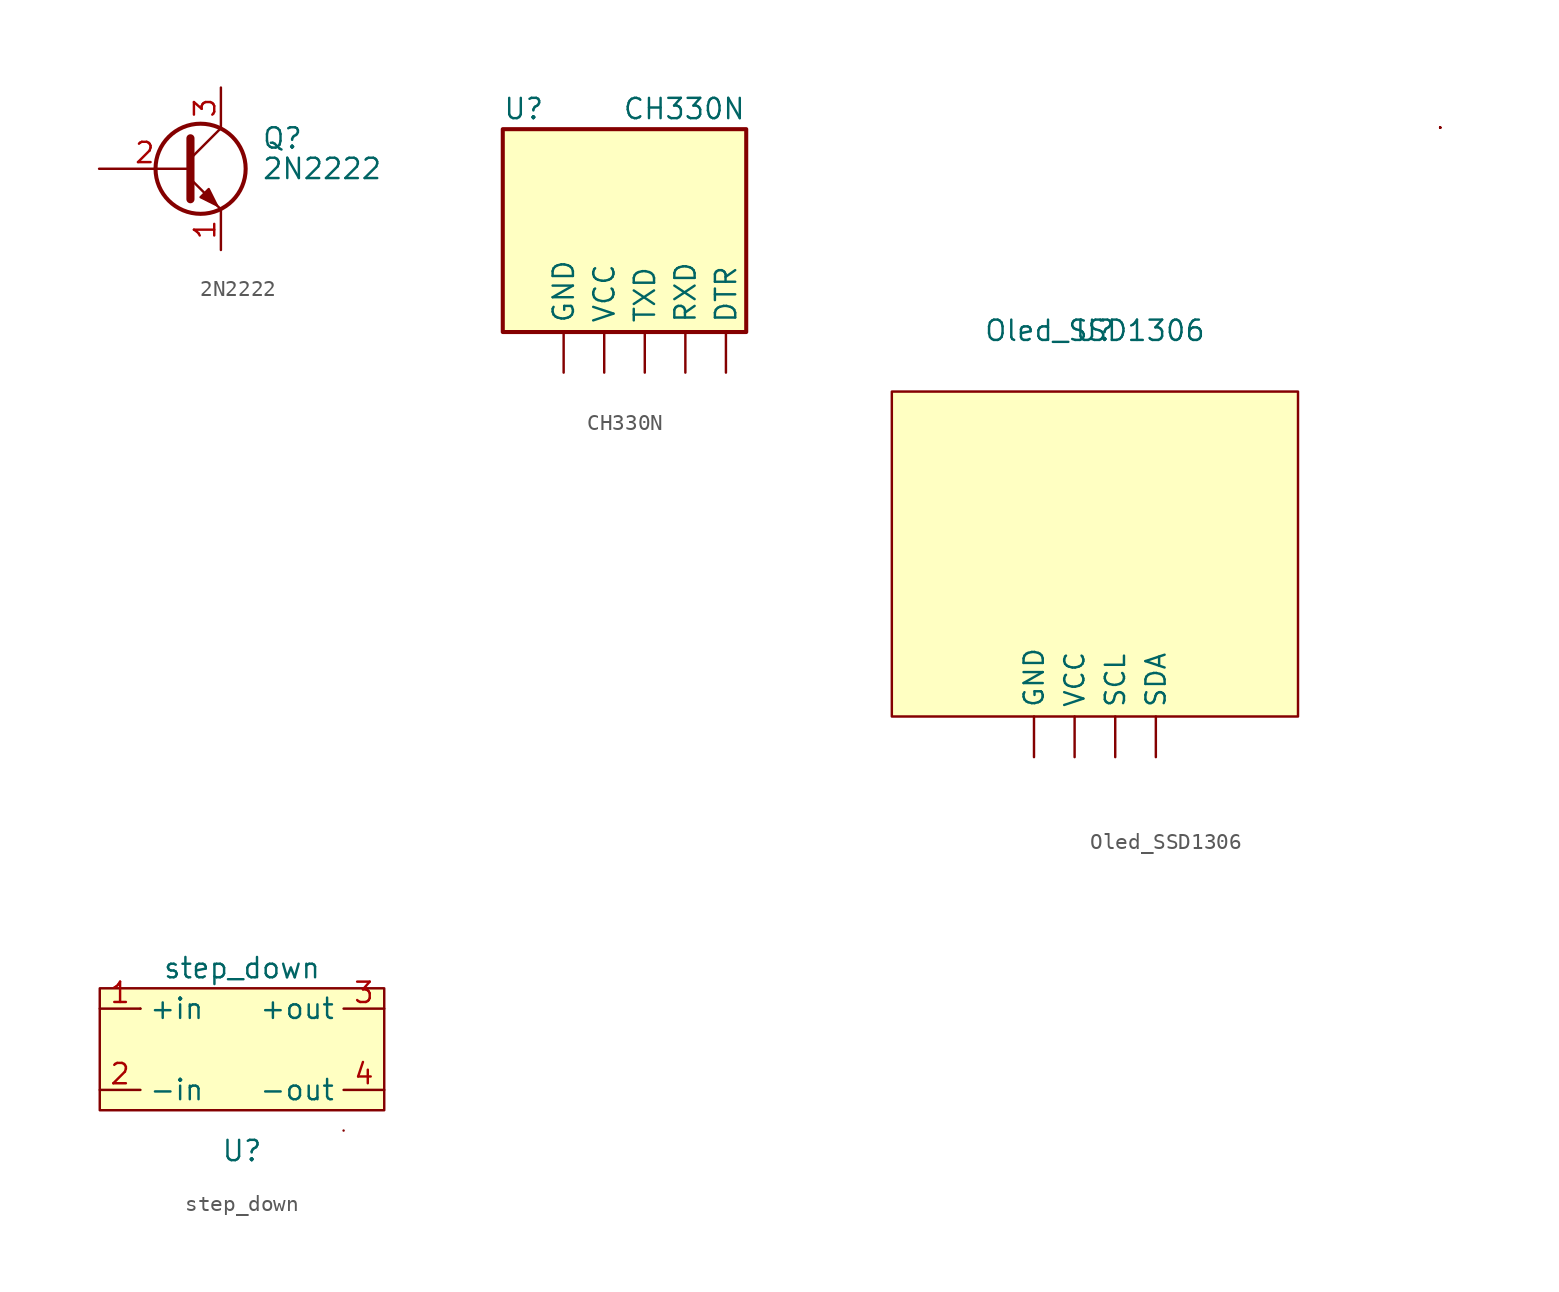
<source format=kicad_sym>
(kicad_symbol_lib
  (version 20211014)
  (generator kicad_symbol_editor)
  (symbol "2N2222"
    (pin_names
      (offset 0) hide)
    (property "Reference" "Q"
      (at 5.08 1.905 0)
      (effects (font (size 1.27 1.27)) (justify left)))
    (property "Value" "2N2222"
      (at 5.08 0 0)
      (effects (font (size 1.27 1.27)) (justify left)))
    (symbol "2N2222_0_1"
      (polyline (pts (xy 0.635 0.635) (xy 2.54 2.54)) (stroke (width 0) (type default) (color 0 0 0 0)) (fill (type none)))
      (polyline (pts (xy 0.635 -0.635) (xy 2.54 -2.54) (xy 2.54 -2.54)) (stroke (width 0) (type default) (color 0 0 0 0)) (fill (type none)))
      (polyline (pts (xy 0.635 1.905) (xy 0.635 -1.905) (xy 0.635 -1.905)) (stroke (width 0.508) (type default) (color 0 0 0 0)) (fill (type none)))
      (polyline (pts (xy 1.27 -1.778) (xy 1.778 -1.27) (xy 2.286 -2.286) (xy 1.27 -1.778) (xy 1.27 -1.778)) (stroke (width 0) (type default) (color 0 0 0 0)) (fill (type outline)))
      (circle (center 1.27 0) (radius 2.819) (stroke (width 0.254) (type default) (color 0 0 0 0)) (fill (type none))))
    (symbol "2N2222_1_1"
      (pin passive line (at 2.54 -5.08 90) (length 2.54) (name "E" (effects (font (size 1.27 1.27)))) (number "1" (effects (font (size 1.27 1.27)))))
      (pin passive line (at -5.08 0 0) (length 5.715) (name "B" (effects (font (size 1.27 1.27)))) (number "2" (effects (font (size 1.27 1.27)))))
      (pin passive line (at 2.54 5.08 270) (length 2.54) (name "C" (effects (font (size 1.27 1.27)))) (number "3" (effects (font (size 1.27 1.27)))))))
  (symbol "CH330N"
    (property "Reference" "U"
      (at -7.62 6.35 0)
      (effects (font (size 1.27 1.27)) (justify left)))
    (property "Value" "CH330N"
      (at 7.62 6.35 0)
      (effects (font (size 1.27 1.27)) (justify right)))
    (symbol "CH330N_0_1"
      (rectangle (start -7.62 5.08) (end 7.62 -7.62) (stroke (width 0.254) (type default) (color 0 0 0 0)) (fill (type background))))
    (symbol "CH330N_1_1"
      (pin unspecified line (at 6.35 -10.16 90) (length 2.54) (name "DTR" (effects (font (size 1.27 1.27)))) (number "" (effects (font (size 1.27 1.27)))))
      (pin power_out line (at -3.81 -10.16 90) (length 2.54) (name "GND" (effects (font (size 1.27 1.27)))) (number "" (effects (font (size 1.27 1.27)))))
      (pin input line (at 3.81 -10.16 90) (length 2.54) (name "RXD" (effects (font (size 1.27 1.27)))) (number "" (effects (font (size 1.27 1.27)))))
      (pin output line (at 1.27 -10.16 90) (length 2.54) (name "TXD" (effects (font (size 1.27 1.27)))) (number "" (effects (font (size 1.27 1.27)))))
      (pin power_out line (at -1.27 -10.16 90) (length 2.54) (name "VCC" (effects (font (size 1.27 1.27)))) (number "" (effects (font (size 1.27 1.27)))))))
  (symbol "Oled_SSD1306"
    (property "Reference" "U"
      (at 0 0 0)
      (effects (font (size 1.27 1.27))))
    (property "Value" "Oled_SSD1306"
      (at 0 0 0)
      (effects (font (size 1.27 1.27))))
    (symbol "Oled_SSD1306_0_1"
      (rectangle (start -12.7 -3.81) (end 12.7 -24.13) (stroke (width 0) (type default) (color 0 0 0 0)) (fill (type background)))
      (rectangle (start 21.59 12.7) (end 21.59 12.7) (stroke (width 0) (type default) (color 0 0 0 0)) (fill (type none)))
      (rectangle (start 21.59 12.7) (end 21.59 12.7) (stroke (width 0) (type default) (color 0 0 0 0)) (fill (type none)))
      (rectangle (start 21.59 12.7) (end 21.59 12.7) (stroke (width 0) (type default) (color 0 0 0 0)) (fill (type none)))
      (rectangle (start 21.59 12.7) (end 21.59 12.7) (stroke (width 0) (type default) (color 0 0 0 0)) (fill (type none)))
      (rectangle (start 21.59 12.7) (end 21.59 12.7) (stroke (width 0) (type default) (color 0 0 0 0)) (fill (type none)))
      (rectangle (start 21.59 12.7) (end 21.59 12.7) (stroke (width 0) (type default) (color 0 0 0 0)) (fill (type none)))
      (rectangle (start 21.59 12.7) (end 21.59 12.7) (stroke (width 0) (type default) (color 0 0 0 0)) (fill (type none)))
      (rectangle (start 21.59 12.7) (end 21.59 12.7) (stroke (width 0) (type default) (color 0 0 0 0)) (fill (type none))))
    (symbol "Oled_SSD1306_1_1"
      (pin power_in line (at -3.81 -26.67 90) (length 2.54) (name "GND" (effects (font (size 1.2 1.2)))) (number "" (effects (font (size 1.2 1.2)))))
      (pin input line (at 1.27 -26.67 90) (length 2.54) (name "SCL" (effects (font (size 1.2 1.2)))) (number "" (effects (font (size 1.2 1.2)))))
      (pin bidirectional line (at 3.81 -26.67 90) (length 2.54) (name "SDA" (effects (font (size 1.2 1.2)))) (number "" (effects (font (size 1.2 1.2)))))
      (pin power_in line (at -1.27 -26.67 90) (length 2.54) (name "VCC" (effects (font (size 1.2 1.2)))) (number "" (effects (font (size 1.2 1.2)))))))
  (symbol "step_down"
    (property "Reference" "U"
      (at 0 -8.89 0)
      (effects (font (size 1.27 1.27))))
    (property "Value" "step_down"
      (at 0 2.54 0)
      (effects (font (size 1.27 1.27))))
    (symbol "step_down_0_1"
      (rectangle (start -8.89 1.27) (end 8.89 -6.35) (stroke (width 0) (type default) (color 0 0 0 0)) (fill (type background)))
      (rectangle (start -6.35 0) (end -6.35 0) (stroke (width 0) (type default) (color 0 0 0 0)) (fill (type none)))
      (rectangle (start 6.35 -7.62) (end 6.35 -7.62) (stroke (width 0) (type default) (color 0 0 0 0)) (fill (type none))))
    (symbol "step_down_1_1"
      (pin power_in line (at -8.89 0 0) (length 2.54) (name "+in" (effects (font (size 1.27 1.27)))) (number "1" (effects (font (size 1.27 1.27)))))
      (pin power_in line (at -8.89 -5.08 0) (length 2.54) (name "-in" (effects (font (size 1.27 1.27)))) (number "2" (effects (font (size 1.27 1.27)))))
      (pin power_out line (at 8.89 0 180) (length 2.54) (name "+out" (effects (font (size 1.27 1.27)))) (number "3" (effects (font (size 1.27 1.27)))))
      (pin power_out line (at 8.89 -5.08 180) (length 2.54) (name "-out" (effects (font (size 1.27 1.27)))) (number "4" (effects (font (size 1.27 1.27))))))))
</source>
